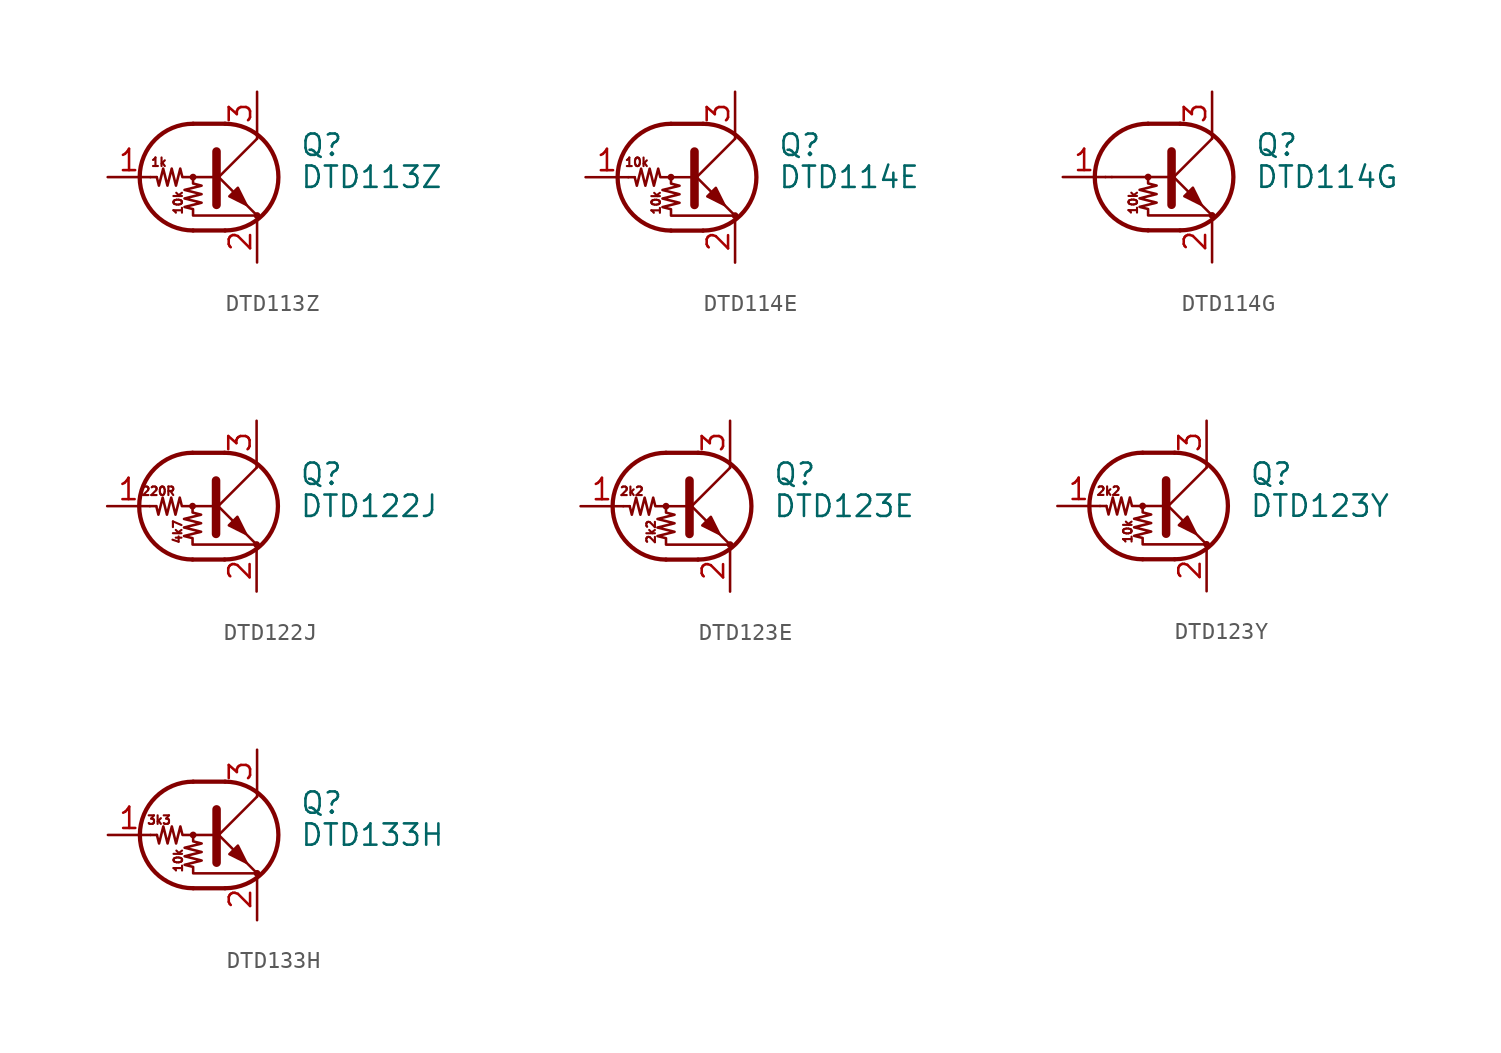
<source format=kicad_sym>
(kicad_symbol_lib
  (version 20220914)
  (generator kicad_symbol_editor)
  (symbol "DTD113Z"
    (pin_names
      (offset 0) hide)
    (property "Reference" "Q"
      (at 5.08 1.905 0)
      (effects (font (size 1.27 1.27)) (justify left)))
    (property "Value" "DTD113Z"
      (at 5.08 0 0)
      (effects (font (size 1.27 1.27)) (justify left)))
    (symbol "DTD113Z_0_0"
      (text "10k" (at -2.159 -1.524 900) (effects (font (size 0.508 0.508))))
      (text "1k" (at -3.302 0.889 0) (effects (font (size 0.508 0.508)))))
    (symbol "DTD113Z_0_1"
      (circle (center -1.27 0) (radius 0.127) (stroke (width 0) (type solid)) (fill (type none)))
      (arc (start -1.27 3.175) (mid -4.4312 0) (end -1.27 -3.175) (stroke (width 0.254) (type solid)) (fill (type none)))
      (polyline (pts (xy -3.429 0) (xy -3.81 0)) (stroke (width 0) (type solid)) (fill (type none)))
      (polyline (pts (xy -1.27 -3.175) (xy 0.635 -3.175)) (stroke (width 0.254) (type solid)) (fill (type none)))
      (polyline (pts (xy -1.27 3.175) (xy 0.635 3.175)) (stroke (width 0.254) (type solid)) (fill (type none)))
      (polyline (pts (xy 0 -0.254) (xy 2.54 2.286)) (stroke (width 0) (type solid)) (fill (type none)))
      (polyline (pts (xy 0.127 1.524) (xy 0.127 -1.651)) (stroke (width 0.508) (type solid)) (fill (type outline)))
      (polyline (pts (xy 2.54 2.286) (xy 2.54 2.54)) (stroke (width 0) (type solid)) (fill (type none)))
      (polyline (pts (xy 2.54 -2.286) (xy 0 0.254) (xy 0 0.254)) (stroke (width 0) (type solid)) (fill (type none)))
      (polyline (pts (xy 0.889 -1.143) (xy 1.397 -0.635) (xy 1.905 -1.651) (xy 0.889 -1.143)) (stroke (width 0) (type solid)) (fill (type outline)))
      (polyline (pts (xy 0 0) (xy -1.905 0) (xy -2.032 0.508) (xy -2.286 -0.508) (xy -2.54 0.508) (xy -2.794 -0.508) (xy -3.048 0.508) (xy -3.302 -0.508) (xy -3.429 0)) (stroke (width 0) (type solid)) (fill (type none)))
      (polyline (pts (xy -1.27 0) (xy -1.27 -0.381) (xy -0.762 -0.508) (xy -1.778 -0.762) (xy -0.762 -1.016) (xy -1.778 -1.27) (xy -0.762 -1.524) (xy -1.778 -1.778) (xy -1.27 -1.905) (xy -1.27 -2.286) (xy 2.54 -2.286)) (stroke (width 0) (type solid)) (fill (type none)))
      (arc (start 0.635 -3.175) (mid 3.7962 0) (end 0.635 3.175) (stroke (width 0.254) (type solid)) (fill (type none)))
      (circle (center 2.54 -2.286) (radius 0.127) (stroke (width 0) (type solid)) (fill (type none))))
    (symbol "DTD113Z_1_1"
      (pin input line (at -6.35 0 0) (length 2.54) (name "B" (effects (font (size 1.27 1.27)))) (number "1" (effects (font (size 1.27 1.27)))))
      (pin passive line (at 2.54 -5.08 90) (length 2.54) (name "E" (effects (font (size 1.27 1.27)))) (number "2" (effects (font (size 1.27 1.27)))))
      (pin passive line (at 2.54 5.08 270) (length 2.54) (name "C" (effects (font (size 1.27 1.27)))) (number "3" (effects (font (size 1.27 1.27)))))))
  (symbol "DTD114E"
    (pin_names
      (offset 0) hide)
    (property "Reference" "Q"
      (at 5.08 1.905 0)
      (effects (font (size 1.27 1.27)) (justify left)))
    (property "Value" "DTD114E"
      (at 5.08 0 0)
      (effects (font (size 1.27 1.27)) (justify left)))
    (symbol "DTD114E_0_0"
      (text "10k" (at -3.302 0.889 0) (effects (font (size 0.508 0.508))))
      (text "10k" (at -2.159 -1.524 900) (effects (font (size 0.508 0.508)))))
    (symbol "DTD114E_0_1"
      (circle (center -1.27 0) (radius 0.127) (stroke (width 0) (type solid)) (fill (type none)))
      (arc (start -1.27 3.175) (mid -4.4312 0) (end -1.27 -3.175) (stroke (width 0.254) (type solid)) (fill (type none)))
      (polyline (pts (xy -3.429 0) (xy -3.81 0)) (stroke (width 0) (type solid)) (fill (type none)))
      (polyline (pts (xy -1.27 -3.175) (xy 0.635 -3.175)) (stroke (width 0.254) (type solid)) (fill (type none)))
      (polyline (pts (xy -1.27 3.175) (xy 0.635 3.175)) (stroke (width 0.254) (type solid)) (fill (type none)))
      (polyline (pts (xy 0 -0.254) (xy 2.54 2.286)) (stroke (width 0) (type solid)) (fill (type none)))
      (polyline (pts (xy 0.127 1.524) (xy 0.127 -1.651)) (stroke (width 0.508) (type solid)) (fill (type outline)))
      (polyline (pts (xy 2.54 2.286) (xy 2.54 2.54)) (stroke (width 0) (type solid)) (fill (type none)))
      (polyline (pts (xy 2.54 -2.286) (xy 0 0.254) (xy 0 0.254)) (stroke (width 0) (type solid)) (fill (type none)))
      (polyline (pts (xy 0.889 -1.143) (xy 1.397 -0.635) (xy 1.905 -1.651) (xy 0.889 -1.143)) (stroke (width 0) (type solid)) (fill (type outline)))
      (polyline (pts (xy 0 0) (xy -1.905 0) (xy -2.032 0.508) (xy -2.286 -0.508) (xy -2.54 0.508) (xy -2.794 -0.508) (xy -3.048 0.508) (xy -3.302 -0.508) (xy -3.429 0)) (stroke (width 0) (type solid)) (fill (type none)))
      (polyline (pts (xy -1.27 0) (xy -1.27 -0.381) (xy -0.762 -0.508) (xy -1.778 -0.762) (xy -0.762 -1.016) (xy -1.778 -1.27) (xy -0.762 -1.524) (xy -1.778 -1.778) (xy -1.27 -1.905) (xy -1.27 -2.286) (xy 2.54 -2.286)) (stroke (width 0) (type solid)) (fill (type none)))
      (arc (start 0.635 -3.175) (mid 3.7962 0) (end 0.635 3.175) (stroke (width 0.254) (type solid)) (fill (type none)))
      (circle (center 2.54 -2.286) (radius 0.127) (stroke (width 0) (type solid)) (fill (type none))))
    (symbol "DTD114E_1_1"
      (pin input line (at -6.35 0 0) (length 2.54) (name "B" (effects (font (size 1.27 1.27)))) (number "1" (effects (font (size 1.27 1.27)))))
      (pin passive line (at 2.54 -5.08 90) (length 2.54) (name "E" (effects (font (size 1.27 1.27)))) (number "2" (effects (font (size 1.27 1.27)))))
      (pin passive line (at 2.54 5.08 270) (length 2.54) (name "C" (effects (font (size 1.27 1.27)))) (number "3" (effects (font (size 1.27 1.27)))))))
  (symbol "DTD114G"
    (pin_names
      (offset 0) hide)
    (property "Reference" "Q"
      (at 5.08 1.905 0)
      (effects (font (size 1.27 1.27)) (justify left)))
    (property "Value" "DTD114G"
      (at 5.08 0 0)
      (effects (font (size 1.27 1.27)) (justify left)))
    (symbol "DTD114G_0_0"
      (polyline (pts (xy -3.429 0) (xy 0 0)) (stroke (width 0) (type solid)) (fill (type none)))
      (text "10k" (at -2.159 -1.524 900) (effects (font (size 0.508 0.508)))))
    (symbol "DTD114G_0_1"
      (circle (center -1.27 0) (radius 0.127) (stroke (width 0) (type solid)) (fill (type none)))
      (arc (start -1.27 3.175) (mid -4.4312 0) (end -1.27 -3.175) (stroke (width 0.254) (type solid)) (fill (type none)))
      (polyline (pts (xy -3.429 0) (xy -3.81 0)) (stroke (width 0) (type solid)) (fill (type none)))
      (polyline (pts (xy -1.27 -3.175) (xy 0.635 -3.175)) (stroke (width 0.254) (type solid)) (fill (type none)))
      (polyline (pts (xy -1.27 3.175) (xy 0.635 3.175)) (stroke (width 0.254) (type solid)) (fill (type none)))
      (polyline (pts (xy 0 -0.254) (xy 2.54 2.286)) (stroke (width 0) (type solid)) (fill (type none)))
      (polyline (pts (xy 0.127 1.524) (xy 0.127 -1.651)) (stroke (width 0.508) (type solid)) (fill (type outline)))
      (polyline (pts (xy 2.54 2.286) (xy 2.54 2.54)) (stroke (width 0) (type solid)) (fill (type none)))
      (polyline (pts (xy 2.54 -2.286) (xy 0 0.254) (xy 0 0.254)) (stroke (width 0) (type solid)) (fill (type none)))
      (polyline (pts (xy 0.889 -1.143) (xy 1.397 -0.635) (xy 1.905 -1.651) (xy 0.889 -1.143)) (stroke (width 0) (type solid)) (fill (type outline)))
      (polyline (pts (xy -1.27 0) (xy -1.27 -0.381) (xy -0.762 -0.508) (xy -1.778 -0.762) (xy -0.762 -1.016) (xy -1.778 -1.27) (xy -0.762 -1.524) (xy -1.778 -1.778) (xy -1.27 -1.905) (xy -1.27 -2.286) (xy 2.54 -2.286)) (stroke (width 0) (type solid)) (fill (type none)))
      (arc (start 0.635 -3.175) (mid 3.7962 0) (end 0.635 3.175) (stroke (width 0.254) (type solid)) (fill (type none)))
      (circle (center 2.54 -2.286) (radius 0.127) (stroke (width 0) (type solid)) (fill (type none))))
    (symbol "DTD114G_1_1"
      (pin input line (at -6.35 0 0) (length 2.54) (name "B" (effects (font (size 1.27 1.27)))) (number "1" (effects (font (size 1.27 1.27)))))
      (pin passive line (at 2.54 -5.08 90) (length 2.54) (name "E" (effects (font (size 1.27 1.27)))) (number "2" (effects (font (size 1.27 1.27)))))
      (pin passive line (at 2.54 5.08 270) (length 2.54) (name "C" (effects (font (size 1.27 1.27)))) (number "3" (effects (font (size 1.27 1.27)))))))
  (symbol "DTD122J"
    (pin_names
      (offset 0) hide)
    (property "Reference" "Q"
      (at 5.08 1.905 0)
      (effects (font (size 1.27 1.27)) (justify left)))
    (property "Value" "DTD122J"
      (at 5.08 0 0)
      (effects (font (size 1.27 1.27)) (justify left)))
    (symbol "DTD122J_0_0"
      (text "220R" (at -3.302 0.889 0) (effects (font (size 0.508 0.508))))
      (text "4k7" (at -2.159 -1.524 900) (effects (font (size 0.508 0.508)))))
    (symbol "DTD122J_0_1"
      (circle (center -1.27 0) (radius 0.127) (stroke (width 0) (type solid)) (fill (type none)))
      (arc (start -1.27 3.175) (mid -4.4312 0) (end -1.27 -3.175) (stroke (width 0.254) (type solid)) (fill (type none)))
      (polyline (pts (xy -3.429 0) (xy -3.81 0)) (stroke (width 0) (type solid)) (fill (type none)))
      (polyline (pts (xy -1.27 -3.175) (xy 0.635 -3.175)) (stroke (width 0.254) (type solid)) (fill (type none)))
      (polyline (pts (xy -1.27 3.175) (xy 0.635 3.175)) (stroke (width 0.254) (type solid)) (fill (type none)))
      (polyline (pts (xy 0 -0.254) (xy 2.54 2.286)) (stroke (width 0) (type solid)) (fill (type none)))
      (polyline (pts (xy 0.127 1.524) (xy 0.127 -1.651)) (stroke (width 0.508) (type solid)) (fill (type outline)))
      (polyline (pts (xy 2.54 2.286) (xy 2.54 2.54)) (stroke (width 0) (type solid)) (fill (type none)))
      (polyline (pts (xy 2.54 -2.286) (xy 0 0.254) (xy 0 0.254)) (stroke (width 0) (type solid)) (fill (type none)))
      (polyline (pts (xy 0.889 -1.143) (xy 1.397 -0.635) (xy 1.905 -1.651) (xy 0.889 -1.143)) (stroke (width 0) (type solid)) (fill (type outline)))
      (polyline (pts (xy 0 0) (xy -1.905 0) (xy -2.032 0.508) (xy -2.286 -0.508) (xy -2.54 0.508) (xy -2.794 -0.508) (xy -3.048 0.508) (xy -3.302 -0.508) (xy -3.429 0)) (stroke (width 0) (type solid)) (fill (type none)))
      (polyline (pts (xy -1.27 0) (xy -1.27 -0.381) (xy -0.762 -0.508) (xy -1.778 -0.762) (xy -0.762 -1.016) (xy -1.778 -1.27) (xy -0.762 -1.524) (xy -1.778 -1.778) (xy -1.27 -1.905) (xy -1.27 -2.286) (xy 2.54 -2.286)) (stroke (width 0) (type solid)) (fill (type none)))
      (arc (start 0.635 -3.175) (mid 3.7962 0) (end 0.635 3.175) (stroke (width 0.254) (type solid)) (fill (type none)))
      (circle (center 2.54 -2.286) (radius 0.127) (stroke (width 0) (type solid)) (fill (type none))))
    (symbol "DTD122J_1_1"
      (pin input line (at -6.35 0 0) (length 2.54) (name "B" (effects (font (size 1.27 1.27)))) (number "1" (effects (font (size 1.27 1.27)))))
      (pin passive line (at 2.54 -5.08 90) (length 2.54) (name "E" (effects (font (size 1.27 1.27)))) (number "2" (effects (font (size 1.27 1.27)))))
      (pin passive line (at 2.54 5.08 270) (length 2.54) (name "C" (effects (font (size 1.27 1.27)))) (number "3" (effects (font (size 1.27 1.27)))))))
  (symbol "DTD123E"
    (pin_names
      (offset 0) hide)
    (property "Reference" "Q"
      (at 5.08 1.905 0)
      (effects (font (size 1.27 1.27)) (justify left)))
    (property "Value" "DTD123E"
      (at 5.08 0 0)
      (effects (font (size 1.27 1.27)) (justify left)))
    (symbol "DTD123E_0_0"
      (text "2k2" (at -3.302 0.889 0) (effects (font (size 0.508 0.508))))
      (text "2k2" (at -2.159 -1.524 900) (effects (font (size 0.508 0.508)))))
    (symbol "DTD123E_0_1"
      (circle (center -1.27 0) (radius 0.127) (stroke (width 0) (type solid)) (fill (type none)))
      (arc (start -1.27 3.175) (mid -4.4312 0) (end -1.27 -3.175) (stroke (width 0.254) (type solid)) (fill (type none)))
      (polyline (pts (xy -3.429 0) (xy -3.81 0)) (stroke (width 0) (type solid)) (fill (type none)))
      (polyline (pts (xy -1.27 -3.175) (xy 0.635 -3.175)) (stroke (width 0.254) (type solid)) (fill (type none)))
      (polyline (pts (xy -1.27 3.175) (xy 0.635 3.175)) (stroke (width 0.254) (type solid)) (fill (type none)))
      (polyline (pts (xy 0 -0.254) (xy 2.54 2.286)) (stroke (width 0) (type solid)) (fill (type none)))
      (polyline (pts (xy 0.127 1.524) (xy 0.127 -1.651)) (stroke (width 0.508) (type solid)) (fill (type outline)))
      (polyline (pts (xy 2.54 2.286) (xy 2.54 2.54)) (stroke (width 0) (type solid)) (fill (type none)))
      (polyline (pts (xy 2.54 -2.286) (xy 0 0.254) (xy 0 0.254)) (stroke (width 0) (type solid)) (fill (type none)))
      (polyline (pts (xy 0.889 -1.143) (xy 1.397 -0.635) (xy 1.905 -1.651) (xy 0.889 -1.143)) (stroke (width 0) (type solid)) (fill (type outline)))
      (polyline (pts (xy 0 0) (xy -1.905 0) (xy -2.032 0.508) (xy -2.286 -0.508) (xy -2.54 0.508) (xy -2.794 -0.508) (xy -3.048 0.508) (xy -3.302 -0.508) (xy -3.429 0)) (stroke (width 0) (type solid)) (fill (type none)))
      (polyline (pts (xy -1.27 0) (xy -1.27 -0.381) (xy -0.762 -0.508) (xy -1.778 -0.762) (xy -0.762 -1.016) (xy -1.778 -1.27) (xy -0.762 -1.524) (xy -1.778 -1.778) (xy -1.27 -1.905) (xy -1.27 -2.286) (xy 2.54 -2.286)) (stroke (width 0) (type solid)) (fill (type none)))
      (arc (start 0.635 -3.175) (mid 3.7962 0) (end 0.635 3.175) (stroke (width 0.254) (type solid)) (fill (type none)))
      (circle (center 2.54 -2.286) (radius 0.127) (stroke (width 0) (type solid)) (fill (type none))))
    (symbol "DTD123E_1_1"
      (pin input line (at -6.35 0 0) (length 2.54) (name "B" (effects (font (size 1.27 1.27)))) (number "1" (effects (font (size 1.27 1.27)))))
      (pin passive line (at 2.54 -5.08 90) (length 2.54) (name "E" (effects (font (size 1.27 1.27)))) (number "2" (effects (font (size 1.27 1.27)))))
      (pin passive line (at 2.54 5.08 270) (length 2.54) (name "C" (effects (font (size 1.27 1.27)))) (number "3" (effects (font (size 1.27 1.27)))))))
  (symbol "DTD123Y"
    (pin_names
      (offset 0) hide)
    (property "Reference" "Q"
      (at 5.08 1.905 0)
      (effects (font (size 1.27 1.27)) (justify left)))
    (property "Value" "DTD123Y"
      (at 5.08 0 0)
      (effects (font (size 1.27 1.27)) (justify left)))
    (symbol "DTD123Y_0_0"
      (text "10k" (at -2.159 -1.524 900) (effects (font (size 0.508 0.508))))
      (text "2k2" (at -3.302 0.889 0) (effects (font (size 0.508 0.508)))))
    (symbol "DTD123Y_0_1"
      (circle (center -1.27 0) (radius 0.127) (stroke (width 0) (type solid)) (fill (type none)))
      (arc (start -1.27 3.175) (mid -4.4312 0) (end -1.27 -3.175) (stroke (width 0.254) (type solid)) (fill (type none)))
      (polyline (pts (xy -3.429 0) (xy -3.81 0)) (stroke (width 0) (type solid)) (fill (type none)))
      (polyline (pts (xy -1.27 -3.175) (xy 0.635 -3.175)) (stroke (width 0.254) (type solid)) (fill (type none)))
      (polyline (pts (xy -1.27 3.175) (xy 0.635 3.175)) (stroke (width 0.254) (type solid)) (fill (type none)))
      (polyline (pts (xy 0 -0.254) (xy 2.54 2.286)) (stroke (width 0) (type solid)) (fill (type none)))
      (polyline (pts (xy 0.127 1.524) (xy 0.127 -1.651)) (stroke (width 0.508) (type solid)) (fill (type outline)))
      (polyline (pts (xy 2.54 2.286) (xy 2.54 2.54)) (stroke (width 0) (type solid)) (fill (type none)))
      (polyline (pts (xy 2.54 -2.286) (xy 0 0.254) (xy 0 0.254)) (stroke (width 0) (type solid)) (fill (type none)))
      (polyline (pts (xy 0.889 -1.143) (xy 1.397 -0.635) (xy 1.905 -1.651) (xy 0.889 -1.143)) (stroke (width 0) (type solid)) (fill (type outline)))
      (polyline (pts (xy 0 0) (xy -1.905 0) (xy -2.032 0.508) (xy -2.286 -0.508) (xy -2.54 0.508) (xy -2.794 -0.508) (xy -3.048 0.508) (xy -3.302 -0.508) (xy -3.429 0)) (stroke (width 0) (type solid)) (fill (type none)))
      (polyline (pts (xy -1.27 0) (xy -1.27 -0.381) (xy -0.762 -0.508) (xy -1.778 -0.762) (xy -0.762 -1.016) (xy -1.778 -1.27) (xy -0.762 -1.524) (xy -1.778 -1.778) (xy -1.27 -1.905) (xy -1.27 -2.286) (xy 2.54 -2.286)) (stroke (width 0) (type solid)) (fill (type none)))
      (arc (start 0.635 -3.175) (mid 3.7962 0) (end 0.635 3.175) (stroke (width 0.254) (type solid)) (fill (type none)))
      (circle (center 2.54 -2.286) (radius 0.127) (stroke (width 0) (type solid)) (fill (type none))))
    (symbol "DTD123Y_1_1"
      (pin input line (at -6.35 0 0) (length 2.54) (name "B" (effects (font (size 1.27 1.27)))) (number "1" (effects (font (size 1.27 1.27)))))
      (pin passive line (at 2.54 -5.08 90) (length 2.54) (name "E" (effects (font (size 1.27 1.27)))) (number "2" (effects (font (size 1.27 1.27)))))
      (pin passive line (at 2.54 5.08 270) (length 2.54) (name "C" (effects (font (size 1.27 1.27)))) (number "3" (effects (font (size 1.27 1.27)))))))
  (symbol "DTD133H"
    (pin_names
      (offset 0) hide)
    (property "Reference" "Q"
      (at 5.08 1.905 0)
      (effects (font (size 1.27 1.27)) (justify left)))
    (property "Value" "DTD133H"
      (at 5.08 0 0)
      (effects (font (size 1.27 1.27)) (justify left)))
    (symbol "DTD133H_0_0"
      (text "10k" (at -2.159 -1.524 900) (effects (font (size 0.508 0.508))))
      (text "3k3" (at -3.302 0.889 0) (effects (font (size 0.508 0.508)))))
    (symbol "DTD133H_0_1"
      (circle (center -1.27 0) (radius 0.127) (stroke (width 0) (type solid)) (fill (type none)))
      (arc (start -1.27 3.175) (mid -4.4312 0) (end -1.27 -3.175) (stroke (width 0.254) (type solid)) (fill (type none)))
      (polyline (pts (xy -3.429 0) (xy -3.81 0)) (stroke (width 0) (type solid)) (fill (type none)))
      (polyline (pts (xy -1.27 -3.175) (xy 0.635 -3.175)) (stroke (width 0.254) (type solid)) (fill (type none)))
      (polyline (pts (xy -1.27 3.175) (xy 0.635 3.175)) (stroke (width 0.254) (type solid)) (fill (type none)))
      (polyline (pts (xy 0 -0.254) (xy 2.54 2.286)) (stroke (width 0) (type solid)) (fill (type none)))
      (polyline (pts (xy 0.127 1.524) (xy 0.127 -1.651)) (stroke (width 0.508) (type solid)) (fill (type outline)))
      (polyline (pts (xy 2.54 2.286) (xy 2.54 2.54)) (stroke (width 0) (type solid)) (fill (type none)))
      (polyline (pts (xy 2.54 -2.286) (xy 0 0.254) (xy 0 0.254)) (stroke (width 0) (type solid)) (fill (type none)))
      (polyline (pts (xy 0.889 -1.143) (xy 1.397 -0.635) (xy 1.905 -1.651) (xy 0.889 -1.143)) (stroke (width 0) (type solid)) (fill (type outline)))
      (polyline (pts (xy 0 0) (xy -1.905 0) (xy -2.032 0.508) (xy -2.286 -0.508) (xy -2.54 0.508) (xy -2.794 -0.508) (xy -3.048 0.508) (xy -3.302 -0.508) (xy -3.429 0)) (stroke (width 0) (type solid)) (fill (type none)))
      (polyline (pts (xy -1.27 0) (xy -1.27 -0.381) (xy -0.762 -0.508) (xy -1.778 -0.762) (xy -0.762 -1.016) (xy -1.778 -1.27) (xy -0.762 -1.524) (xy -1.778 -1.778) (xy -1.27 -1.905) (xy -1.27 -2.286) (xy 2.54 -2.286)) (stroke (width 0) (type solid)) (fill (type none)))
      (arc (start 0.635 -3.175) (mid 3.7962 0) (end 0.635 3.175) (stroke (width 0.254) (type solid)) (fill (type none)))
      (circle (center 2.54 -2.286) (radius 0.127) (stroke (width 0) (type solid)) (fill (type none))))
    (symbol "DTD133H_1_1"
      (pin input line (at -6.35 0 0) (length 2.54) (name "B" (effects (font (size 1.27 1.27)))) (number "1" (effects (font (size 1.27 1.27)))))
      (pin passive line (at 2.54 -5.08 90) (length 2.54) (name "E" (effects (font (size 1.27 1.27)))) (number "2" (effects (font (size 1.27 1.27)))))
      (pin passive line (at 2.54 5.08 270) (length 2.54) (name "C" (effects (font (size 1.27 1.27)))) (number "3" (effects (font (size 1.27 1.27))))))))
</source>
